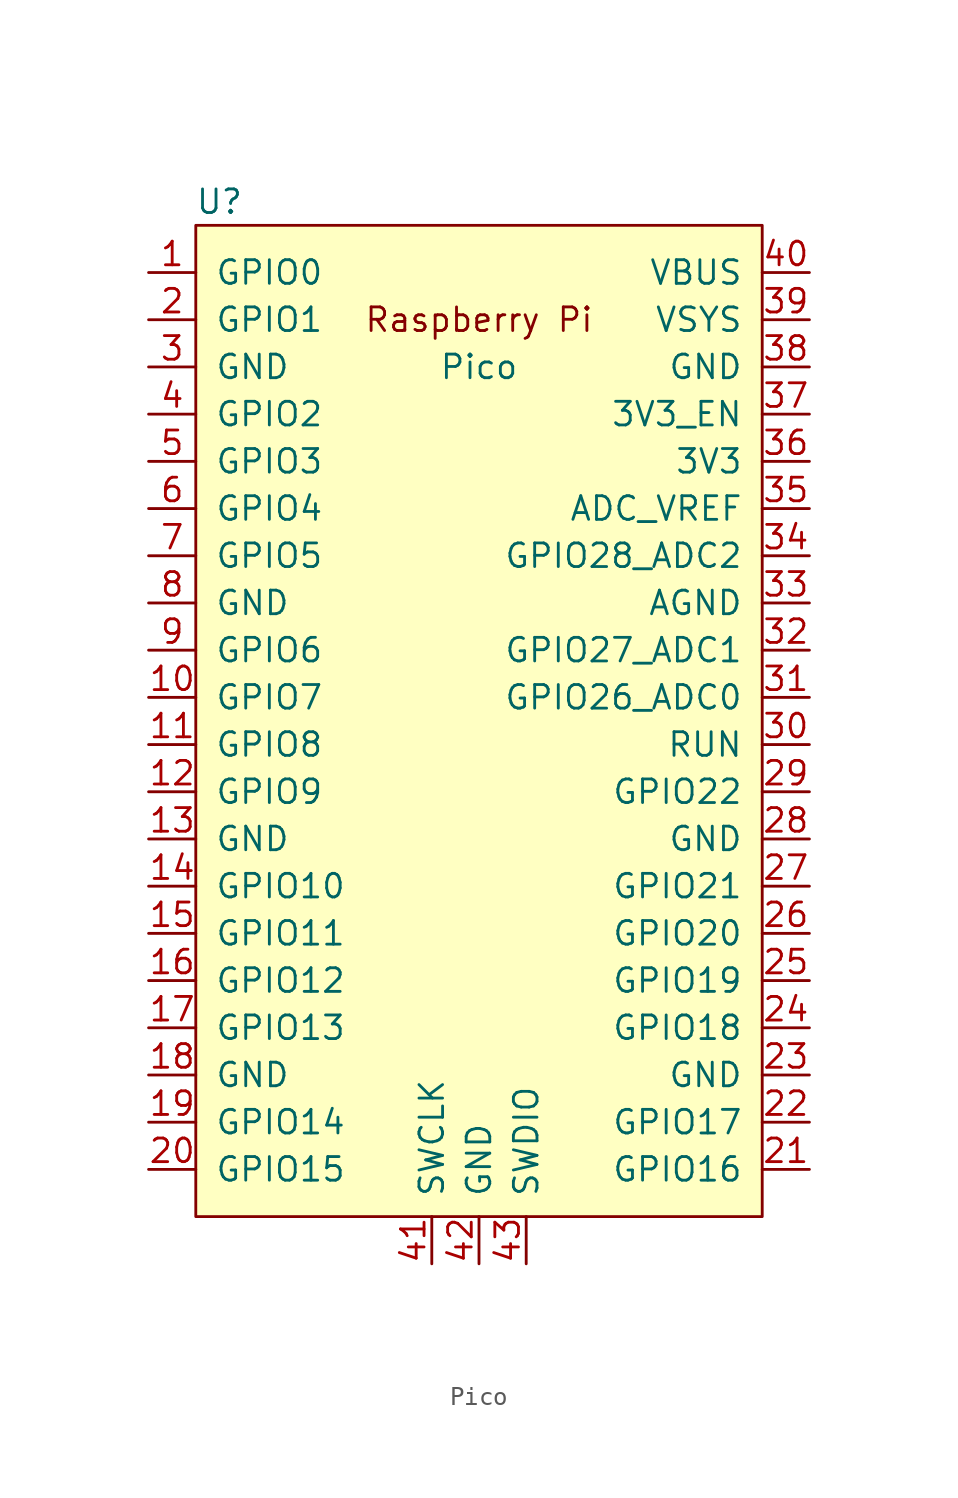
<source format=kicad_sym>
(kicad_symbol_lib
  (version 20231120)
  (generator "kicad_symbol_editor")
  (generator_version "8.0")
  (symbol "Pico"
    (pin_names
      (offset 1.016))
    (property "Reference" "U"
      (at -13.97 27.94 0)
      (effects (font (size 1.27 1.27))))
    (property "Value" "Pico"
      (at 0 19.05 0)
      (effects (font (size 1.27 1.27))))
    (symbol "Pico_0_0"
      (text "Raspberry Pi" (at 0 21.59 0) (effects (font (size 1.27 1.27)))))
    (symbol "Pico_0_1"
      (rectangle (start -15.24 26.67) (end 15.24 -26.67) (stroke (width 0) (type solid)) (fill (type background))))
    (symbol "Pico_1_1"
      (pin bidirectional line (at -17.78 24.13 0) (length 2.54) (name "GPIO0" (effects (font (size 1.27 1.27)))) (number "1" (effects (font (size 1.27 1.27)))))
      (pin bidirectional line (at -17.78 1.27 0) (length 2.54) (name "GPIO7" (effects (font (size 1.27 1.27)))) (number "10" (effects (font (size 1.27 1.27)))))
      (pin bidirectional line (at -17.78 -1.27 0) (length 2.54) (name "GPIO8" (effects (font (size 1.27 1.27)))) (number "11" (effects (font (size 1.27 1.27)))))
      (pin bidirectional line (at -17.78 -3.81 0) (length 2.54) (name "GPIO9" (effects (font (size 1.27 1.27)))) (number "12" (effects (font (size 1.27 1.27)))))
      (pin power_in line (at -17.78 -6.35 0) (length 2.54) (name "GND" (effects (font (size 1.27 1.27)))) (number "13" (effects (font (size 1.27 1.27)))))
      (pin bidirectional line (at -17.78 -8.89 0) (length 2.54) (name "GPIO10" (effects (font (size 1.27 1.27)))) (number "14" (effects (font (size 1.27 1.27)))))
      (pin bidirectional line (at -17.78 -11.43 0) (length 2.54) (name "GPIO11" (effects (font (size 1.27 1.27)))) (number "15" (effects (font (size 1.27 1.27)))))
      (pin bidirectional line (at -17.78 -13.97 0) (length 2.54) (name "GPIO12" (effects (font (size 1.27 1.27)))) (number "16" (effects (font (size 1.27 1.27)))))
      (pin bidirectional line (at -17.78 -16.51 0) (length 2.54) (name "GPIO13" (effects (font (size 1.27 1.27)))) (number "17" (effects (font (size 1.27 1.27)))))
      (pin power_in line (at -17.78 -19.05 0) (length 2.54) (name "GND" (effects (font (size 1.27 1.27)))) (number "18" (effects (font (size 1.27 1.27)))))
      (pin bidirectional line (at -17.78 -21.59 0) (length 2.54) (name "GPIO14" (effects (font (size 1.27 1.27)))) (number "19" (effects (font (size 1.27 1.27)))))
      (pin bidirectional line (at -17.78 21.59 0) (length 2.54) (name "GPIO1" (effects (font (size 1.27 1.27)))) (number "2" (effects (font (size 1.27 1.27)))))
      (pin bidirectional line (at -17.78 -24.13 0) (length 2.54) (name "GPIO15" (effects (font (size 1.27 1.27)))) (number "20" (effects (font (size 1.27 1.27)))))
      (pin bidirectional line (at 17.78 -24.13 180) (length 2.54) (name "GPIO16" (effects (font (size 1.27 1.27)))) (number "21" (effects (font (size 1.27 1.27)))))
      (pin bidirectional line (at 17.78 -21.59 180) (length 2.54) (name "GPIO17" (effects (font (size 1.27 1.27)))) (number "22" (effects (font (size 1.27 1.27)))))
      (pin power_in line (at 17.78 -19.05 180) (length 2.54) (name "GND" (effects (font (size 1.27 1.27)))) (number "23" (effects (font (size 1.27 1.27)))))
      (pin bidirectional line (at 17.78 -16.51 180) (length 2.54) (name "GPIO18" (effects (font (size 1.27 1.27)))) (number "24" (effects (font (size 1.27 1.27)))))
      (pin bidirectional line (at 17.78 -13.97 180) (length 2.54) (name "GPIO19" (effects (font (size 1.27 1.27)))) (number "25" (effects (font (size 1.27 1.27)))))
      (pin bidirectional line (at 17.78 -11.43 180) (length 2.54) (name "GPIO20" (effects (font (size 1.27 1.27)))) (number "26" (effects (font (size 1.27 1.27)))))
      (pin bidirectional line (at 17.78 -8.89 180) (length 2.54) (name "GPIO21" (effects (font (size 1.27 1.27)))) (number "27" (effects (font (size 1.27 1.27)))))
      (pin power_in line (at 17.78 -6.35 180) (length 2.54) (name "GND" (effects (font (size 1.27 1.27)))) (number "28" (effects (font (size 1.27 1.27)))))
      (pin bidirectional line (at 17.78 -3.81 180) (length 2.54) (name "GPIO22" (effects (font (size 1.27 1.27)))) (number "29" (effects (font (size 1.27 1.27)))))
      (pin power_in line (at -17.78 19.05 0) (length 2.54) (name "GND" (effects (font (size 1.27 1.27)))) (number "3" (effects (font (size 1.27 1.27)))))
      (pin input line (at 17.78 -1.27 180) (length 2.54) (name "RUN" (effects (font (size 1.27 1.27)))) (number "30" (effects (font (size 1.27 1.27)))))
      (pin bidirectional line (at 17.78 1.27 180) (length 2.54) (name "GPIO26_ADC0" (effects (font (size 1.27 1.27)))) (number "31" (effects (font (size 1.27 1.27)))))
      (pin bidirectional line (at 17.78 3.81 180) (length 2.54) (name "GPIO27_ADC1" (effects (font (size 1.27 1.27)))) (number "32" (effects (font (size 1.27 1.27)))))
      (pin power_in line (at 17.78 6.35 180) (length 2.54) (name "AGND" (effects (font (size 1.27 1.27)))) (number "33" (effects (font (size 1.27 1.27)))))
      (pin bidirectional line (at 17.78 8.89 180) (length 2.54) (name "GPIO28_ADC2" (effects (font (size 1.27 1.27)))) (number "34" (effects (font (size 1.27 1.27)))))
      (pin unspecified line (at 17.78 11.43 180) (length 2.54) (name "ADC_VREF" (effects (font (size 1.27 1.27)))) (number "35" (effects (font (size 1.27 1.27)))))
      (pin power_out line (at 17.78 13.97 180) (length 2.54) (name "3V3" (effects (font (size 1.27 1.27)))) (number "36" (effects (font (size 1.27 1.27)))))
      (pin input line (at 17.78 16.51 180) (length 2.54) (name "3V3_EN" (effects (font (size 1.27 1.27)))) (number "37" (effects (font (size 1.27 1.27)))))
      (pin power_in line (at 17.78 19.05 180) (length 2.54) (name "GND" (effects (font (size 1.27 1.27)))) (number "38" (effects (font (size 1.27 1.27)))))
      (pin power_in line (at 17.78 21.59 180) (length 2.54) (name "VSYS" (effects (font (size 1.27 1.27)))) (number "39" (effects (font (size 1.27 1.27)))))
      (pin bidirectional line (at -17.78 16.51 0) (length 2.54) (name "GPIO2" (effects (font (size 1.27 1.27)))) (number "4" (effects (font (size 1.27 1.27)))))
      (pin unspecified line (at 17.78 24.13 180) (length 2.54) (name "VBUS" (effects (font (size 1.27 1.27)))) (number "40" (effects (font (size 1.27 1.27)))))
      (pin input line (at -2.54 -29.21 90) (length 2.54) (name "SWCLK" (effects (font (size 1.27 1.27)))) (number "41" (effects (font (size 1.27 1.27)))))
      (pin power_in line (at 0 -29.21 90) (length 2.54) (name "GND" (effects (font (size 1.27 1.27)))) (number "42" (effects (font (size 1.27 1.27)))))
      (pin bidirectional line (at 2.54 -29.21 90) (length 2.54) (name "SWDIO" (effects (font (size 1.27 1.27)))) (number "43" (effects (font (size 1.27 1.27)))))
      (pin bidirectional line (at -17.78 13.97 0) (length 2.54) (name "GPIO3" (effects (font (size 1.27 1.27)))) (number "5" (effects (font (size 1.27 1.27)))))
      (pin bidirectional line (at -17.78 11.43 0) (length 2.54) (name "GPIO4" (effects (font (size 1.27 1.27)))) (number "6" (effects (font (size 1.27 1.27)))))
      (pin bidirectional line (at -17.78 8.89 0) (length 2.54) (name "GPIO5" (effects (font (size 1.27 1.27)))) (number "7" (effects (font (size 1.27 1.27)))))
      (pin power_in line (at -17.78 6.35 0) (length 2.54) (name "GND" (effects (font (size 1.27 1.27)))) (number "8" (effects (font (size 1.27 1.27)))))
      (pin bidirectional line (at -17.78 3.81 0) (length 2.54) (name "GPIO6" (effects (font (size 1.27 1.27)))) (number "9" (effects (font (size 1.27 1.27))))))))
</source>
